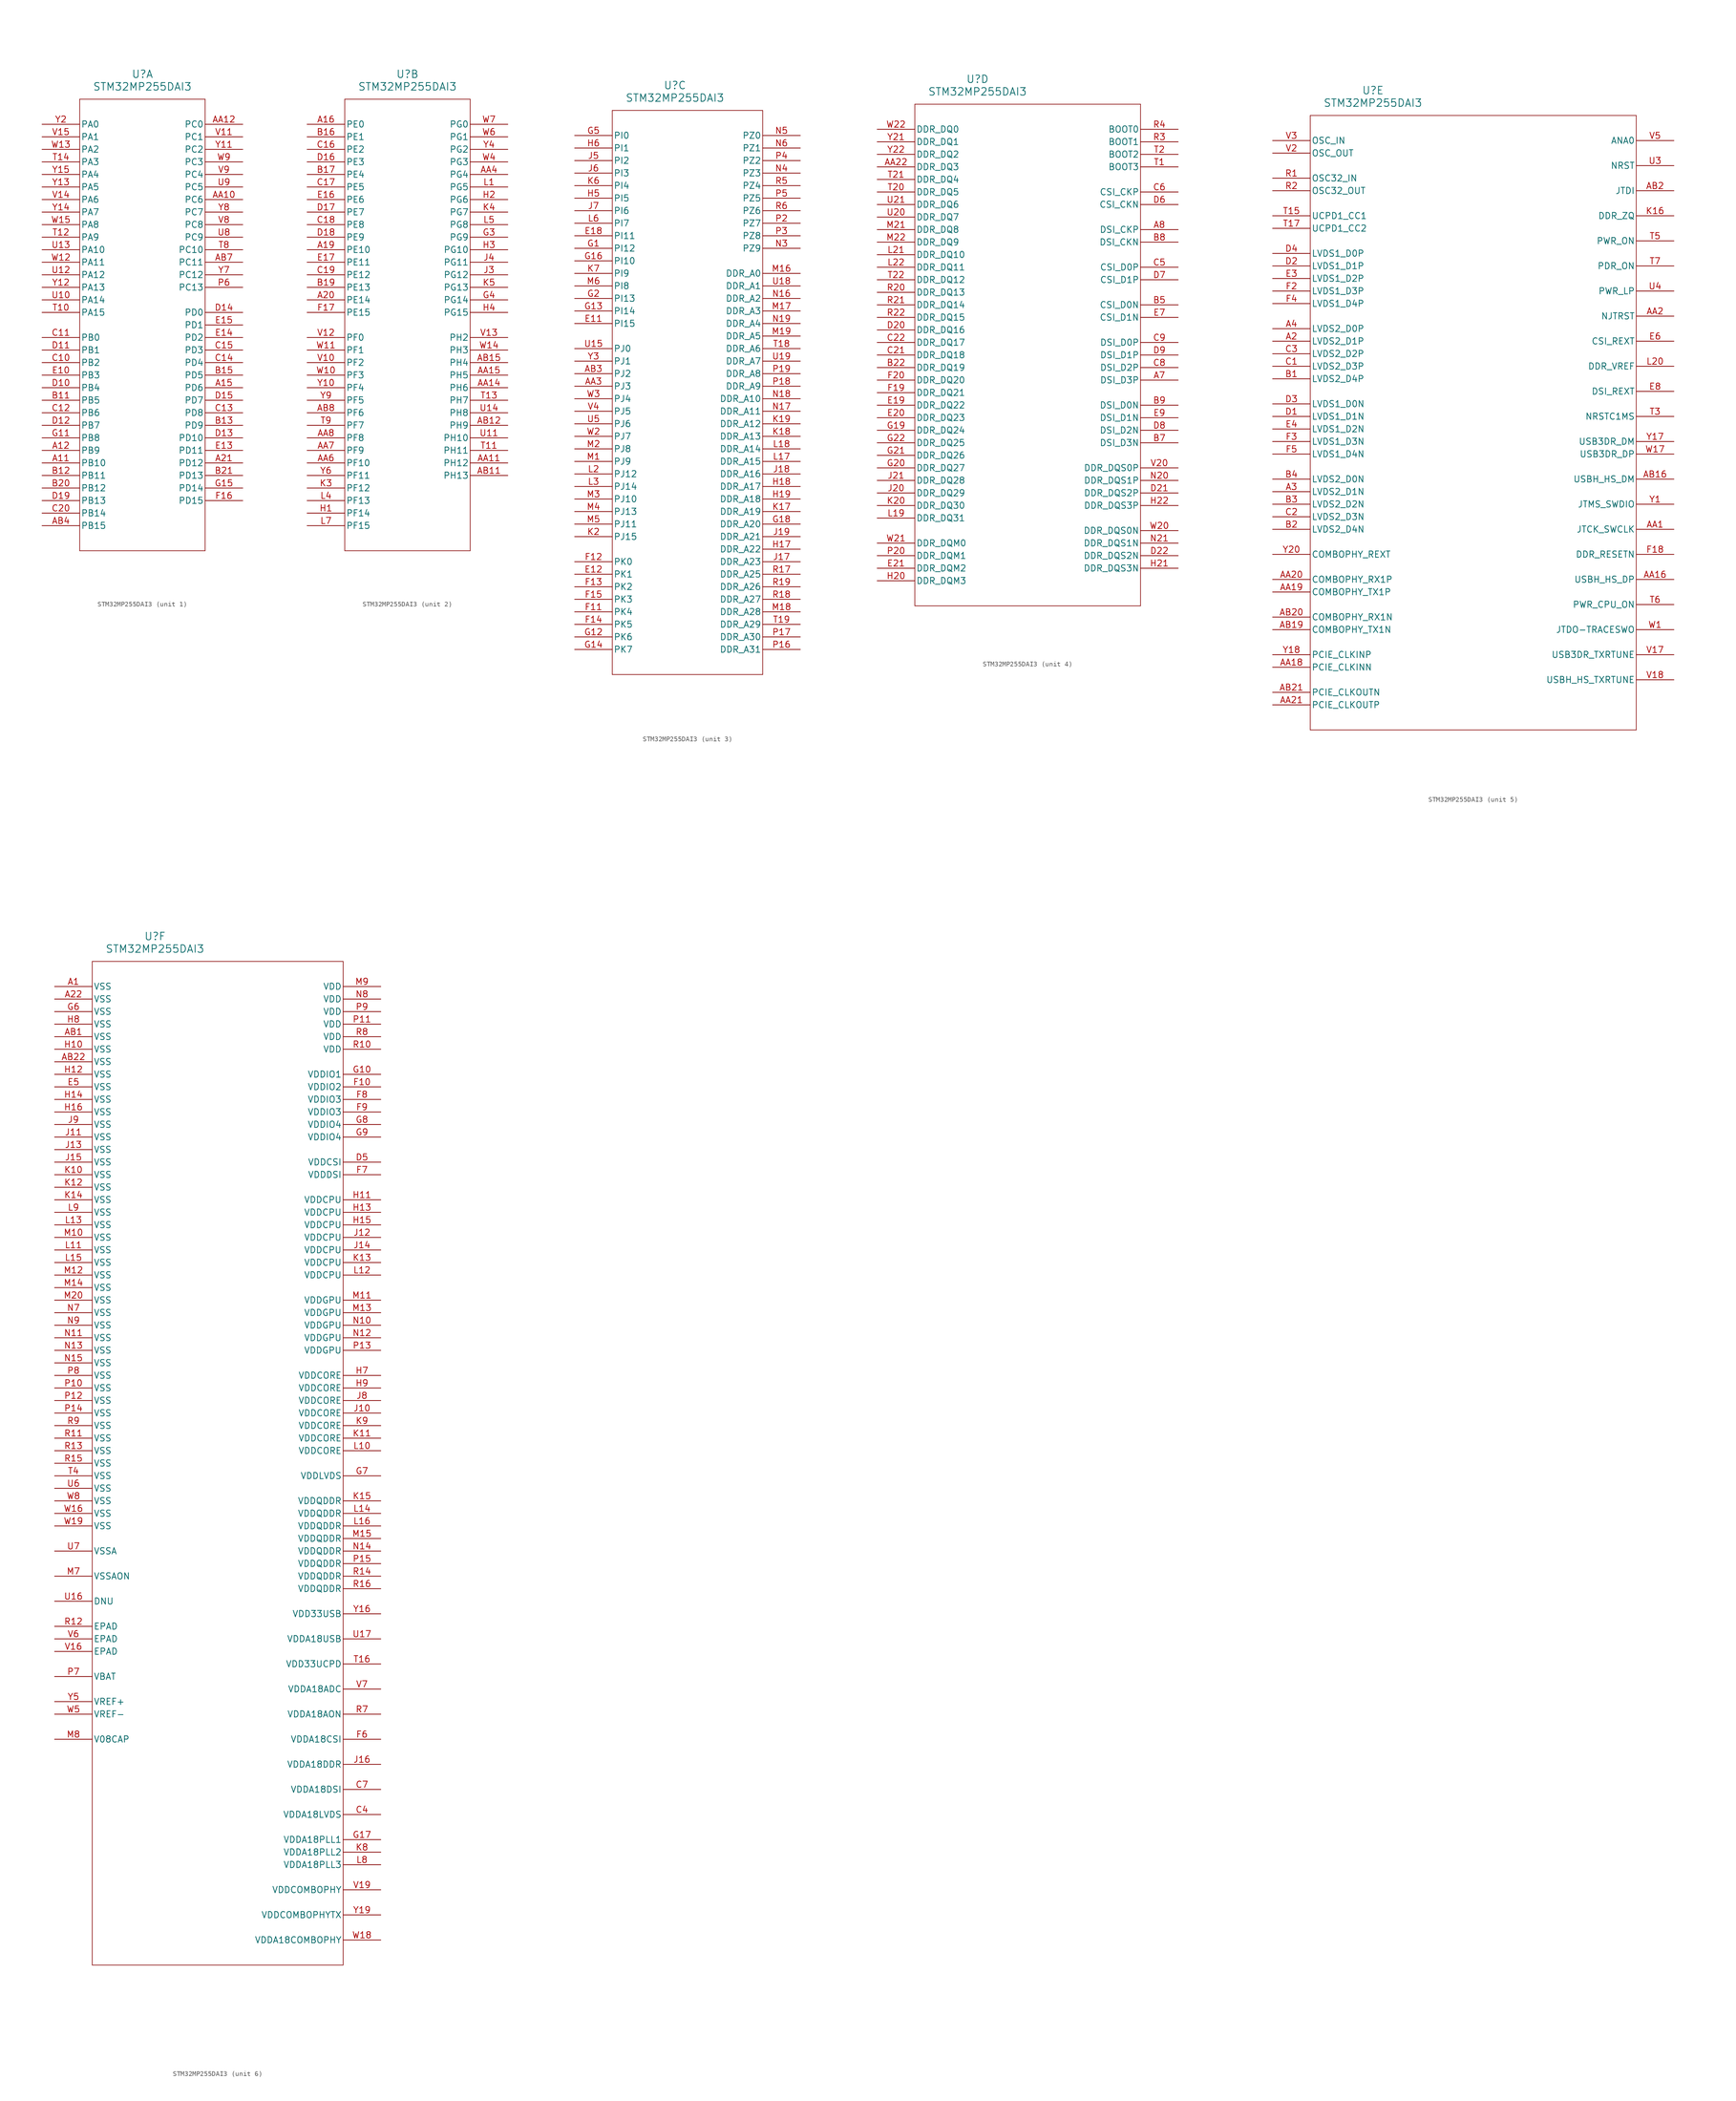
<source format=kicad_sym>
(kicad_symbol_lib
  (version 20211014)
  (generator kicad_symbol_editor)
  (symbol "STM32MP255DAI3"
    (pin_names
      (offset 0.254))
    (property "Reference" "U"
      (at 20.32 10.16 0)
      (effects (font (size 1.524 1.524))))
    (property "Value" "STM32MP255DAI3"
      (at 20.32 7.62 0)
      (effects (font (size 1.524 1.524))))
    (symbol "STM32MP255DAI3_1_1"
      (polyline (pts (xy 7.62 5.08) (xy 7.62 -86.36)) (stroke (width 0.127) (type default) (color 0 0 0 0)) (fill (type none)))
      (polyline (pts (xy 7.62 -86.36) (xy 33.02 -86.36)) (stroke (width 0.127) (type default) (color 0 0 0 0)) (fill (type none)))
      (polyline (pts (xy 33.02 -86.36) (xy 33.02 5.08)) (stroke (width 0.127) (type default) (color 0 0 0 0)) (fill (type none)))
      (polyline (pts (xy 33.02 5.08) (xy 7.62 5.08)) (stroke (width 0.127) (type default) (color 0 0 0 0)) (fill (type none)))
      (pin bidirectional line (at 0 -68.58 0) (length 7.62) (name "PB10" (effects (font (size 1.27 1.27)))) (number "A11" (effects (font (size 1.27 1.27)))))
      (pin bidirectional line (at 0 -66.04 0) (length 7.62) (name "PB9" (effects (font (size 1.27 1.27)))) (number "A12" (effects (font (size 1.27 1.27)))))
      (pin bidirectional line (at 40.64 -53.34 180) (length 7.62) (name "PD6" (effects (font (size 1.27 1.27)))) (number "A15" (effects (font (size 1.27 1.27)))))
      (pin bidirectional line (at 40.64 -68.58 180) (length 7.62) (name "PD12" (effects (font (size 1.27 1.27)))) (number "A21" (effects (font (size 1.27 1.27)))))
      (pin bidirectional line (at 40.64 -15.24 180) (length 7.62) (name "PC6" (effects (font (size 1.27 1.27)))) (number "AA10" (effects (font (size 1.27 1.27)))))
      (pin bidirectional line (at 40.64 0 180) (length 7.62) (name "PC0" (effects (font (size 1.27 1.27)))) (number "AA12" (effects (font (size 1.27 1.27)))))
      (pin bidirectional line (at 0 -81.28 0) (length 7.62) (name "PB15" (effects (font (size 1.27 1.27)))) (number "AB4" (effects (font (size 1.27 1.27)))))
      (pin bidirectional line (at 40.64 -27.94 180) (length 7.62) (name "PC11" (effects (font (size 1.27 1.27)))) (number "AB7" (effects (font (size 1.27 1.27)))))
      (pin bidirectional line (at 0 -55.88 0) (length 7.62) (name "PB5" (effects (font (size 1.27 1.27)))) (number "B11" (effects (font (size 1.27 1.27)))))
      (pin bidirectional line (at 0 -71.12 0) (length 7.62) (name "PB11" (effects (font (size 1.27 1.27)))) (number "B12" (effects (font (size 1.27 1.27)))))
      (pin bidirectional line (at 40.64 -60.96 180) (length 7.62) (name "PD9" (effects (font (size 1.27 1.27)))) (number "B13" (effects (font (size 1.27 1.27)))))
      (pin bidirectional line (at 40.64 -50.8 180) (length 7.62) (name "PD5" (effects (font (size 1.27 1.27)))) (number "B15" (effects (font (size 1.27 1.27)))))
      (pin bidirectional line (at 0 -73.66 0) (length 7.62) (name "PB12" (effects (font (size 1.27 1.27)))) (number "B20" (effects (font (size 1.27 1.27)))))
      (pin bidirectional line (at 40.64 -71.12 180) (length 7.62) (name "PD13" (effects (font (size 1.27 1.27)))) (number "B21" (effects (font (size 1.27 1.27)))))
      (pin bidirectional line (at 0 -48.26 0) (length 7.62) (name "PB2" (effects (font (size 1.27 1.27)))) (number "C10" (effects (font (size 1.27 1.27)))))
      (pin bidirectional line (at 0 -43.18 0) (length 7.62) (name "PB0" (effects (font (size 1.27 1.27)))) (number "C11" (effects (font (size 1.27 1.27)))))
      (pin bidirectional line (at 0 -58.42 0) (length 7.62) (name "PB6" (effects (font (size 1.27 1.27)))) (number "C12" (effects (font (size 1.27 1.27)))))
      (pin bidirectional line (at 40.64 -58.42 180) (length 7.62) (name "PD8" (effects (font (size 1.27 1.27)))) (number "C13" (effects (font (size 1.27 1.27)))))
      (pin bidirectional line (at 40.64 -48.26 180) (length 7.62) (name "PD4" (effects (font (size 1.27 1.27)))) (number "C14" (effects (font (size 1.27 1.27)))))
      (pin bidirectional line (at 40.64 -45.72 180) (length 7.62) (name "PD3" (effects (font (size 1.27 1.27)))) (number "C15" (effects (font (size 1.27 1.27)))))
      (pin bidirectional line (at 0 -78.74 0) (length 7.62) (name "PB14" (effects (font (size 1.27 1.27)))) (number "C20" (effects (font (size 1.27 1.27)))))
      (pin bidirectional line (at 0 -53.34 0) (length 7.62) (name "PB4" (effects (font (size 1.27 1.27)))) (number "D10" (effects (font (size 1.27 1.27)))))
      (pin bidirectional line (at 0 -45.72 0) (length 7.62) (name "PB1" (effects (font (size 1.27 1.27)))) (number "D11" (effects (font (size 1.27 1.27)))))
      (pin bidirectional line (at 0 -60.96 0) (length 7.62) (name "PB7" (effects (font (size 1.27 1.27)))) (number "D12" (effects (font (size 1.27 1.27)))))
      (pin bidirectional line (at 40.64 -63.5 180) (length 7.62) (name "PD10" (effects (font (size 1.27 1.27)))) (number "D13" (effects (font (size 1.27 1.27)))))
      (pin bidirectional line (at 40.64 -38.1 180) (length 7.62) (name "PD0" (effects (font (size 1.27 1.27)))) (number "D14" (effects (font (size 1.27 1.27)))))
      (pin bidirectional line (at 40.64 -55.88 180) (length 7.62) (name "PD7" (effects (font (size 1.27 1.27)))) (number "D15" (effects (font (size 1.27 1.27)))))
      (pin bidirectional line (at 0 -76.2 0) (length 7.62) (name "PB13" (effects (font (size 1.27 1.27)))) (number "D19" (effects (font (size 1.27 1.27)))))
      (pin bidirectional line (at 0 -50.8 0) (length 7.62) (name "PB3" (effects (font (size 1.27 1.27)))) (number "E10" (effects (font (size 1.27 1.27)))))
      (pin bidirectional line (at 40.64 -66.04 180) (length 7.62) (name "PD11" (effects (font (size 1.27 1.27)))) (number "E13" (effects (font (size 1.27 1.27)))))
      (pin bidirectional line (at 40.64 -43.18 180) (length 7.62) (name "PD2" (effects (font (size 1.27 1.27)))) (number "E14" (effects (font (size 1.27 1.27)))))
      (pin bidirectional line (at 40.64 -40.64 180) (length 7.62) (name "PD1" (effects (font (size 1.27 1.27)))) (number "E15" (effects (font (size 1.27 1.27)))))
      (pin bidirectional line (at 40.64 -76.2 180) (length 7.62) (name "PD15" (effects (font (size 1.27 1.27)))) (number "F16" (effects (font (size 1.27 1.27)))))
      (pin bidirectional line (at 0 -63.5 0) (length 7.62) (name "PB8" (effects (font (size 1.27 1.27)))) (number "G11" (effects (font (size 1.27 1.27)))))
      (pin bidirectional line (at 40.64 -73.66 180) (length 7.62) (name "PD14" (effects (font (size 1.27 1.27)))) (number "G15" (effects (font (size 1.27 1.27)))))
      (pin bidirectional line (at 40.64 -33.02 180) (length 7.62) (name "PC13" (effects (font (size 1.27 1.27)))) (number "P6" (effects (font (size 1.27 1.27)))))
      (pin bidirectional line (at 40.64 -25.4 180) (length 7.62) (name "PC10" (effects (font (size 1.27 1.27)))) (number "T8" (effects (font (size 1.27 1.27)))))
      (pin bidirectional line (at 0 -38.1 0) (length 7.62) (name "PA15" (effects (font (size 1.27 1.27)))) (number "T10" (effects (font (size 1.27 1.27)))))
      (pin bidirectional line (at 0 -22.86 0) (length 7.62) (name "PA9" (effects (font (size 1.27 1.27)))) (number "T12" (effects (font (size 1.27 1.27)))))
      (pin bidirectional line (at 0 -7.62 0) (length 7.62) (name "PA3" (effects (font (size 1.27 1.27)))) (number "T14" (effects (font (size 1.27 1.27)))))
      (pin bidirectional line (at 40.64 -22.86 180) (length 7.62) (name "PC9" (effects (font (size 1.27 1.27)))) (number "U8" (effects (font (size 1.27 1.27)))))
      (pin bidirectional line (at 40.64 -12.7 180) (length 7.62) (name "PC5" (effects (font (size 1.27 1.27)))) (number "U9" (effects (font (size 1.27 1.27)))))
      (pin bidirectional line (at 0 -35.56 0) (length 7.62) (name "PA14" (effects (font (size 1.27 1.27)))) (number "U10" (effects (font (size 1.27 1.27)))))
      (pin bidirectional line (at 0 -30.48 0) (length 7.62) (name "PA12" (effects (font (size 1.27 1.27)))) (number "U12" (effects (font (size 1.27 1.27)))))
      (pin bidirectional line (at 0 -25.4 0) (length 7.62) (name "PA10" (effects (font (size 1.27 1.27)))) (number "U13" (effects (font (size 1.27 1.27)))))
      (pin bidirectional line (at 40.64 -20.32 180) (length 7.62) (name "PC8" (effects (font (size 1.27 1.27)))) (number "V8" (effects (font (size 1.27 1.27)))))
      (pin bidirectional line (at 40.64 -10.16 180) (length 7.62) (name "PC4" (effects (font (size 1.27 1.27)))) (number "V9" (effects (font (size 1.27 1.27)))))
      (pin bidirectional line (at 40.64 -2.54 180) (length 7.62) (name "PC1" (effects (font (size 1.27 1.27)))) (number "V11" (effects (font (size 1.27 1.27)))))
      (pin bidirectional line (at 0 -15.24 0) (length 7.62) (name "PA6" (effects (font (size 1.27 1.27)))) (number "V14" (effects (font (size 1.27 1.27)))))
      (pin bidirectional line (at 0 -2.54 0) (length 7.62) (name "PA1" (effects (font (size 1.27 1.27)))) (number "V15" (effects (font (size 1.27 1.27)))))
      (pin bidirectional line (at 40.64 -7.62 180) (length 7.62) (name "PC3" (effects (font (size 1.27 1.27)))) (number "W9" (effects (font (size 1.27 1.27)))))
      (pin bidirectional line (at 0 -27.94 0) (length 7.62) (name "PA11" (effects (font (size 1.27 1.27)))) (number "W12" (effects (font (size 1.27 1.27)))))
      (pin bidirectional line (at 0 -5.08 0) (length 7.62) (name "PA2" (effects (font (size 1.27 1.27)))) (number "W13" (effects (font (size 1.27 1.27)))))
      (pin bidirectional line (at 0 -20.32 0) (length 7.62) (name "PA8" (effects (font (size 1.27 1.27)))) (number "W15" (effects (font (size 1.27 1.27)))))
      (pin bidirectional line (at 0 0 0) (length 7.62) (name "PA0" (effects (font (size 1.27 1.27)))) (number "Y2" (effects (font (size 1.27 1.27)))))
      (pin bidirectional line (at 40.64 -30.48 180) (length 7.62) (name "PC12" (effects (font (size 1.27 1.27)))) (number "Y7" (effects (font (size 1.27 1.27)))))
      (pin bidirectional line (at 40.64 -17.78 180) (length 7.62) (name "PC7" (effects (font (size 1.27 1.27)))) (number "Y8" (effects (font (size 1.27 1.27)))))
      (pin bidirectional line (at 40.64 -5.08 180) (length 7.62) (name "PC2" (effects (font (size 1.27 1.27)))) (number "Y11" (effects (font (size 1.27 1.27)))))
      (pin bidirectional line (at 0 -33.02 0) (length 7.62) (name "PA13" (effects (font (size 1.27 1.27)))) (number "Y12" (effects (font (size 1.27 1.27)))))
      (pin bidirectional line (at 0 -12.7 0) (length 7.62) (name "PA5" (effects (font (size 1.27 1.27)))) (number "Y13" (effects (font (size 1.27 1.27)))))
      (pin bidirectional line (at 0 -17.78 0) (length 7.62) (name "PA7" (effects (font (size 1.27 1.27)))) (number "Y14" (effects (font (size 1.27 1.27)))))
      (pin bidirectional line (at 0 -10.16 0) (length 7.62) (name "PA4" (effects (font (size 1.27 1.27)))) (number "Y15" (effects (font (size 1.27 1.27))))))
    (symbol "STM32MP255DAI3_2_1"
      (polyline (pts (xy 7.62 5.08) (xy 7.62 -86.36)) (stroke (width 0.127) (type default) (color 0 0 0 0)) (fill (type none)))
      (polyline (pts (xy 7.62 -86.36) (xy 33.02 -86.36)) (stroke (width 0.127) (type default) (color 0 0 0 0)) (fill (type none)))
      (polyline (pts (xy 33.02 -86.36) (xy 33.02 5.08)) (stroke (width 0.127) (type default) (color 0 0 0 0)) (fill (type none)))
      (polyline (pts (xy 33.02 5.08) (xy 7.62 5.08)) (stroke (width 0.127) (type default) (color 0 0 0 0)) (fill (type none)))
      (pin bidirectional line (at 0 0 0) (length 7.62) (name "PE0" (effects (font (size 1.27 1.27)))) (number "A16" (effects (font (size 1.27 1.27)))))
      (pin bidirectional line (at 0 -25.4 0) (length 7.62) (name "PE10" (effects (font (size 1.27 1.27)))) (number "A19" (effects (font (size 1.27 1.27)))))
      (pin bidirectional line (at 0 -35.56 0) (length 7.62) (name "PE14" (effects (font (size 1.27 1.27)))) (number "A20" (effects (font (size 1.27 1.27)))))
      (pin bidirectional line (at 40.64 -10.16 180) (length 7.62) (name "PG4" (effects (font (size 1.27 1.27)))) (number "AA4" (effects (font (size 1.27 1.27)))))
      (pin bidirectional line (at 0 -68.58 0) (length 7.62) (name "PF10" (effects (font (size 1.27 1.27)))) (number "AA6" (effects (font (size 1.27 1.27)))))
      (pin bidirectional line (at 0 -66.04 0) (length 7.62) (name "PF9" (effects (font (size 1.27 1.27)))) (number "AA7" (effects (font (size 1.27 1.27)))))
      (pin bidirectional line (at 0 -63.5 0) (length 7.62) (name "PF8" (effects (font (size 1.27 1.27)))) (number "AA8" (effects (font (size 1.27 1.27)))))
      (pin bidirectional line (at 40.64 -68.58 180) (length 7.62) (name "PH12" (effects (font (size 1.27 1.27)))) (number "AA11" (effects (font (size 1.27 1.27)))))
      (pin bidirectional line (at 40.64 -53.34 180) (length 7.62) (name "PH6" (effects (font (size 1.27 1.27)))) (number "AA14" (effects (font (size 1.27 1.27)))))
      (pin bidirectional line (at 40.64 -50.8 180) (length 7.62) (name "PH5" (effects (font (size 1.27 1.27)))) (number "AA15" (effects (font (size 1.27 1.27)))))
      (pin bidirectional line (at 0 -58.42 0) (length 7.62) (name "PF6" (effects (font (size 1.27 1.27)))) (number "AB8" (effects (font (size 1.27 1.27)))))
      (pin bidirectional line (at 40.64 -71.12 180) (length 7.62) (name "PH13" (effects (font (size 1.27 1.27)))) (number "AB11" (effects (font (size 1.27 1.27)))))
      (pin bidirectional line (at 40.64 -60.96 180) (length 7.62) (name "PH9" (effects (font (size 1.27 1.27)))) (number "AB12" (effects (font (size 1.27 1.27)))))
      (pin bidirectional line (at 40.64 -48.26 180) (length 7.62) (name "PH4" (effects (font (size 1.27 1.27)))) (number "AB15" (effects (font (size 1.27 1.27)))))
      (pin bidirectional line (at 0 -2.54 0) (length 7.62) (name "PE1" (effects (font (size 1.27 1.27)))) (number "B16" (effects (font (size 1.27 1.27)))))
      (pin bidirectional line (at 0 -10.16 0) (length 7.62) (name "PE4" (effects (font (size 1.27 1.27)))) (number "B17" (effects (font (size 1.27 1.27)))))
      (pin bidirectional line (at 0 -33.02 0) (length 7.62) (name "PE13" (effects (font (size 1.27 1.27)))) (number "B19" (effects (font (size 1.27 1.27)))))
      (pin bidirectional line (at 0 -5.08 0) (length 7.62) (name "PE2" (effects (font (size 1.27 1.27)))) (number "C16" (effects (font (size 1.27 1.27)))))
      (pin bidirectional line (at 0 -12.7 0) (length 7.62) (name "PE5" (effects (font (size 1.27 1.27)))) (number "C17" (effects (font (size 1.27 1.27)))))
      (pin bidirectional line (at 0 -20.32 0) (length 7.62) (name "PE8" (effects (font (size 1.27 1.27)))) (number "C18" (effects (font (size 1.27 1.27)))))
      (pin bidirectional line (at 0 -30.48 0) (length 7.62) (name "PE12" (effects (font (size 1.27 1.27)))) (number "C19" (effects (font (size 1.27 1.27)))))
      (pin bidirectional line (at 0 -7.62 0) (length 7.62) (name "PE3" (effects (font (size 1.27 1.27)))) (number "D16" (effects (font (size 1.27 1.27)))))
      (pin bidirectional line (at 0 -17.78 0) (length 7.62) (name "PE7" (effects (font (size 1.27 1.27)))) (number "D17" (effects (font (size 1.27 1.27)))))
      (pin bidirectional line (at 0 -22.86 0) (length 7.62) (name "PE9" (effects (font (size 1.27 1.27)))) (number "D18" (effects (font (size 1.27 1.27)))))
      (pin bidirectional line (at 0 -15.24 0) (length 7.62) (name "PE6" (effects (font (size 1.27 1.27)))) (number "E16" (effects (font (size 1.27 1.27)))))
      (pin bidirectional line (at 0 -27.94 0) (length 7.62) (name "PE11" (effects (font (size 1.27 1.27)))) (number "E17" (effects (font (size 1.27 1.27)))))
      (pin bidirectional line (at 0 -38.1 0) (length 7.62) (name "PE15" (effects (font (size 1.27 1.27)))) (number "F17" (effects (font (size 1.27 1.27)))))
      (pin bidirectional line (at 40.64 -22.86 180) (length 7.62) (name "PG9" (effects (font (size 1.27 1.27)))) (number "G3" (effects (font (size 1.27 1.27)))))
      (pin bidirectional line (at 40.64 -35.56 180) (length 7.62) (name "PG14" (effects (font (size 1.27 1.27)))) (number "G4" (effects (font (size 1.27 1.27)))))
      (pin bidirectional line (at 0 -78.74 0) (length 7.62) (name "PF14" (effects (font (size 1.27 1.27)))) (number "H1" (effects (font (size 1.27 1.27)))))
      (pin bidirectional line (at 40.64 -15.24 180) (length 7.62) (name "PG6" (effects (font (size 1.27 1.27)))) (number "H2" (effects (font (size 1.27 1.27)))))
      (pin bidirectional line (at 40.64 -25.4 180) (length 7.62) (name "PG10" (effects (font (size 1.27 1.27)))) (number "H3" (effects (font (size 1.27 1.27)))))
      (pin bidirectional line (at 40.64 -38.1 180) (length 7.62) (name "PG15" (effects (font (size 1.27 1.27)))) (number "H4" (effects (font (size 1.27 1.27)))))
      (pin bidirectional line (at 40.64 -30.48 180) (length 7.62) (name "PG12" (effects (font (size 1.27 1.27)))) (number "J3" (effects (font (size 1.27 1.27)))))
      (pin bidirectional line (at 40.64 -27.94 180) (length 7.62) (name "PG11" (effects (font (size 1.27 1.27)))) (number "J4" (effects (font (size 1.27 1.27)))))
      (pin bidirectional line (at 0 -73.66 0) (length 7.62) (name "PF12" (effects (font (size 1.27 1.27)))) (number "K3" (effects (font (size 1.27 1.27)))))
      (pin bidirectional line (at 40.64 -17.78 180) (length 7.62) (name "PG7" (effects (font (size 1.27 1.27)))) (number "K4" (effects (font (size 1.27 1.27)))))
      (pin bidirectional line (at 40.64 -33.02 180) (length 7.62) (name "PG13" (effects (font (size 1.27 1.27)))) (number "K5" (effects (font (size 1.27 1.27)))))
      (pin bidirectional line (at 40.64 -12.7 180) (length 7.62) (name "PG5" (effects (font (size 1.27 1.27)))) (number "L1" (effects (font (size 1.27 1.27)))))
      (pin bidirectional line (at 0 -76.2 0) (length 7.62) (name "PF13" (effects (font (size 1.27 1.27)))) (number "L4" (effects (font (size 1.27 1.27)))))
      (pin bidirectional line (at 40.64 -20.32 180) (length 7.62) (name "PG8" (effects (font (size 1.27 1.27)))) (number "L5" (effects (font (size 1.27 1.27)))))
      (pin bidirectional line (at 0 -81.28 0) (length 7.62) (name "PF15" (effects (font (size 1.27 1.27)))) (number "L7" (effects (font (size 1.27 1.27)))))
      (pin bidirectional line (at 0 -60.96 0) (length 7.62) (name "PF7" (effects (font (size 1.27 1.27)))) (number "T9" (effects (font (size 1.27 1.27)))))
      (pin bidirectional line (at 40.64 -66.04 180) (length 7.62) (name "PH11" (effects (font (size 1.27 1.27)))) (number "T11" (effects (font (size 1.27 1.27)))))
      (pin bidirectional line (at 40.64 -55.88 180) (length 7.62) (name "PH7" (effects (font (size 1.27 1.27)))) (number "T13" (effects (font (size 1.27 1.27)))))
      (pin bidirectional line (at 40.64 -63.5 180) (length 7.62) (name "PH10" (effects (font (size 1.27 1.27)))) (number "U11" (effects (font (size 1.27 1.27)))))
      (pin bidirectional line (at 40.64 -58.42 180) (length 7.62) (name "PH8" (effects (font (size 1.27 1.27)))) (number "U14" (effects (font (size 1.27 1.27)))))
      (pin bidirectional line (at 0 -48.26 0) (length 7.62) (name "PF2" (effects (font (size 1.27 1.27)))) (number "V10" (effects (font (size 1.27 1.27)))))
      (pin bidirectional line (at 0 -43.18 0) (length 7.62) (name "PF0" (effects (font (size 1.27 1.27)))) (number "V12" (effects (font (size 1.27 1.27)))))
      (pin bidirectional line (at 40.64 -43.18 180) (length 7.62) (name "PH2" (effects (font (size 1.27 1.27)))) (number "V13" (effects (font (size 1.27 1.27)))))
      (pin bidirectional line (at 40.64 -7.62 180) (length 7.62) (name "PG3" (effects (font (size 1.27 1.27)))) (number "W4" (effects (font (size 1.27 1.27)))))
      (pin bidirectional line (at 40.64 -2.54 180) (length 7.62) (name "PG1" (effects (font (size 1.27 1.27)))) (number "W6" (effects (font (size 1.27 1.27)))))
      (pin bidirectional line (at 40.64 0 180) (length 7.62) (name "PG0" (effects (font (size 1.27 1.27)))) (number "W7" (effects (font (size 1.27 1.27)))))
      (pin bidirectional line (at 0 -50.8 0) (length 7.62) (name "PF3" (effects (font (size 1.27 1.27)))) (number "W10" (effects (font (size 1.27 1.27)))))
      (pin bidirectional line (at 0 -45.72 0) (length 7.62) (name "PF1" (effects (font (size 1.27 1.27)))) (number "W11" (effects (font (size 1.27 1.27)))))
      (pin bidirectional line (at 40.64 -45.72 180) (length 7.62) (name "PH3" (effects (font (size 1.27 1.27)))) (number "W14" (effects (font (size 1.27 1.27)))))
      (pin bidirectional line (at 40.64 -5.08 180) (length 7.62) (name "PG2" (effects (font (size 1.27 1.27)))) (number "Y4" (effects (font (size 1.27 1.27)))))
      (pin bidirectional line (at 0 -71.12 0) (length 7.62) (name "PF11" (effects (font (size 1.27 1.27)))) (number "Y6" (effects (font (size 1.27 1.27)))))
      (pin bidirectional line (at 0 -55.88 0) (length 7.62) (name "PF5" (effects (font (size 1.27 1.27)))) (number "Y9" (effects (font (size 1.27 1.27)))))
      (pin bidirectional line (at 0 -53.34 0) (length 7.62) (name "PF4" (effects (font (size 1.27 1.27)))) (number "Y10" (effects (font (size 1.27 1.27))))))
    (symbol "STM32MP255DAI3_3_1"
      (polyline (pts (xy 7.62 5.08) (xy 7.62 -109.22)) (stroke (width 0.127) (type default) (color 0 0 0 0)) (fill (type none)))
      (polyline (pts (xy 7.62 -109.22) (xy 38.1 -109.22)) (stroke (width 0.127) (type default) (color 0 0 0 0)) (fill (type none)))
      (polyline (pts (xy 38.1 -109.22) (xy 38.1 5.08)) (stroke (width 0.127) (type default) (color 0 0 0 0)) (fill (type none)))
      (polyline (pts (xy 38.1 5.08) (xy 7.62 5.08)) (stroke (width 0.127) (type default) (color 0 0 0 0)) (fill (type none)))
      (pin bidirectional line (at 0 -50.8 0) (length 7.62) (name "PJ3" (effects (font (size 1.27 1.27)))) (number "AA3" (effects (font (size 1.27 1.27)))))
      (pin bidirectional line (at 0 -48.26 0) (length 7.62) (name "PJ2" (effects (font (size 1.27 1.27)))) (number "AB3" (effects (font (size 1.27 1.27)))))
      (pin bidirectional line (at 0 -38.1 0) (length 7.62) (name "PI15" (effects (font (size 1.27 1.27)))) (number "E11" (effects (font (size 1.27 1.27)))))
      (pin bidirectional line (at 0 -88.9 0) (length 7.62) (name "PK1" (effects (font (size 1.27 1.27)))) (number "E12" (effects (font (size 1.27 1.27)))))
      (pin bidirectional line (at 0 -20.32 0) (length 7.62) (name "PI11" (effects (font (size 1.27 1.27)))) (number "E18" (effects (font (size 1.27 1.27)))))
      (pin bidirectional line (at 0 -96.52 0) (length 7.62) (name "PK4" (effects (font (size 1.27 1.27)))) (number "F11" (effects (font (size 1.27 1.27)))))
      (pin bidirectional line (at 0 -86.36 0) (length 7.62) (name "PK0" (effects (font (size 1.27 1.27)))) (number "F12" (effects (font (size 1.27 1.27)))))
      (pin bidirectional line (at 0 -91.44 0) (length 7.62) (name "PK2" (effects (font (size 1.27 1.27)))) (number "F13" (effects (font (size 1.27 1.27)))))
      (pin bidirectional line (at 0 -99.06 0) (length 7.62) (name "PK5" (effects (font (size 1.27 1.27)))) (number "F14" (effects (font (size 1.27 1.27)))))
      (pin bidirectional line (at 0 -93.98 0) (length 7.62) (name "PK3" (effects (font (size 1.27 1.27)))) (number "F15" (effects (font (size 1.27 1.27)))))
      (pin bidirectional line (at 0 -22.86 0) (length 7.62) (name "PI12" (effects (font (size 1.27 1.27)))) (number "G1" (effects (font (size 1.27 1.27)))))
      (pin bidirectional line (at 0 -33.02 0) (length 7.62) (name "PI13" (effects (font (size 1.27 1.27)))) (number "G2" (effects (font (size 1.27 1.27)))))
      (pin bidirectional line (at 0 0 0) (length 7.62) (name "PI0" (effects (font (size 1.27 1.27)))) (number "G5" (effects (font (size 1.27 1.27)))))
      (pin bidirectional line (at 0 -101.6 0) (length 7.62) (name "PK6" (effects (font (size 1.27 1.27)))) (number "G12" (effects (font (size 1.27 1.27)))))
      (pin bidirectional line (at 0 -35.56 0) (length 7.62) (name "PI14" (effects (font (size 1.27 1.27)))) (number "G13" (effects (font (size 1.27 1.27)))))
      (pin bidirectional line (at 0 -104.14 0) (length 7.62) (name "PK7" (effects (font (size 1.27 1.27)))) (number "G14" (effects (font (size 1.27 1.27)))))
      (pin bidirectional line (at 0 -25.4 0) (length 7.62) (name "PI10" (effects (font (size 1.27 1.27)))) (number "G16" (effects (font (size 1.27 1.27)))))
      (pin output line (at 45.72 -78.74 180) (length 7.62) (name "DDR_A20" (effects (font (size 1.27 1.27)))) (number "G18" (effects (font (size 1.27 1.27)))))
      (pin bidirectional line (at 0 -12.7 0) (length 7.62) (name "PI5" (effects (font (size 1.27 1.27)))) (number "H5" (effects (font (size 1.27 1.27)))))
      (pin bidirectional line (at 0 -2.54 0) (length 7.62) (name "PI1" (effects (font (size 1.27 1.27)))) (number "H6" (effects (font (size 1.27 1.27)))))
      (pin output line (at 45.72 -83.82 180) (length 7.62) (name "DDR_A22" (effects (font (size 1.27 1.27)))) (number "H17" (effects (font (size 1.27 1.27)))))
      (pin output line (at 45.72 -71.12 180) (length 7.62) (name "DDR_A17" (effects (font (size 1.27 1.27)))) (number "H18" (effects (font (size 1.27 1.27)))))
      (pin output line (at 45.72 -73.66 180) (length 7.62) (name "DDR_A18" (effects (font (size 1.27 1.27)))) (number "H19" (effects (font (size 1.27 1.27)))))
      (pin bidirectional line (at 0 -5.08 0) (length 7.62) (name "PI2" (effects (font (size 1.27 1.27)))) (number "J5" (effects (font (size 1.27 1.27)))))
      (pin bidirectional line (at 0 -7.62 0) (length 7.62) (name "PI3" (effects (font (size 1.27 1.27)))) (number "J6" (effects (font (size 1.27 1.27)))))
      (pin bidirectional line (at 0 -15.24 0) (length 7.62) (name "PI6" (effects (font (size 1.27 1.27)))) (number "J7" (effects (font (size 1.27 1.27)))))
      (pin output line (at 45.72 -86.36 180) (length 7.62) (name "DDR_A23" (effects (font (size 1.27 1.27)))) (number "J17" (effects (font (size 1.27 1.27)))))
      (pin output line (at 45.72 -68.58 180) (length 7.62) (name "DDR_A16" (effects (font (size 1.27 1.27)))) (number "J18" (effects (font (size 1.27 1.27)))))
      (pin output line (at 45.72 -81.28 180) (length 7.62) (name "DDR_A21" (effects (font (size 1.27 1.27)))) (number "J19" (effects (font (size 1.27 1.27)))))
      (pin bidirectional line (at 0 -81.28 0) (length 7.62) (name "PJ15" (effects (font (size 1.27 1.27)))) (number "K2" (effects (font (size 1.27 1.27)))))
      (pin bidirectional line (at 0 -10.16 0) (length 7.62) (name "PI4" (effects (font (size 1.27 1.27)))) (number "K6" (effects (font (size 1.27 1.27)))))
      (pin bidirectional line (at 0 -27.94 0) (length 7.62) (name "PI9" (effects (font (size 1.27 1.27)))) (number "K7" (effects (font (size 1.27 1.27)))))
      (pin output line (at 45.72 -76.2 180) (length 7.62) (name "DDR_A19" (effects (font (size 1.27 1.27)))) (number "K17" (effects (font (size 1.27 1.27)))))
      (pin output line (at 45.72 -60.96 180) (length 7.62) (name "DDR_A13" (effects (font (size 1.27 1.27)))) (number "K18" (effects (font (size 1.27 1.27)))))
      (pin output line (at 45.72 -58.42 180) (length 7.62) (name "DDR_A12" (effects (font (size 1.27 1.27)))) (number "K19" (effects (font (size 1.27 1.27)))))
      (pin bidirectional line (at 0 -68.58 0) (length 7.62) (name "PJ12" (effects (font (size 1.27 1.27)))) (number "L2" (effects (font (size 1.27 1.27)))))
      (pin bidirectional line (at 0 -71.12 0) (length 7.62) (name "PJ14" (effects (font (size 1.27 1.27)))) (number "L3" (effects (font (size 1.27 1.27)))))
      (pin bidirectional line (at 0 -17.78 0) (length 7.62) (name "PI7" (effects (font (size 1.27 1.27)))) (number "L6" (effects (font (size 1.27 1.27)))))
      (pin output line (at 45.72 -66.04 180) (length 7.62) (name "DDR_A15" (effects (font (size 1.27 1.27)))) (number "L17" (effects (font (size 1.27 1.27)))))
      (pin output line (at 45.72 -63.5 180) (length 7.62) (name "DDR_A14" (effects (font (size 1.27 1.27)))) (number "L18" (effects (font (size 1.27 1.27)))))
      (pin bidirectional line (at 0 -66.04 0) (length 7.62) (name "PJ9" (effects (font (size 1.27 1.27)))) (number "M1" (effects (font (size 1.27 1.27)))))
      (pin bidirectional line (at 0 -63.5 0) (length 7.62) (name "PJ8" (effects (font (size 1.27 1.27)))) (number "M2" (effects (font (size 1.27 1.27)))))
      (pin bidirectional line (at 0 -73.66 0) (length 7.62) (name "PJ10" (effects (font (size 1.27 1.27)))) (number "M3" (effects (font (size 1.27 1.27)))))
      (pin bidirectional line (at 0 -76.2 0) (length 7.62) (name "PJ13" (effects (font (size 1.27 1.27)))) (number "M4" (effects (font (size 1.27 1.27)))))
      (pin bidirectional line (at 0 -78.74 0) (length 7.62) (name "PJ11" (effects (font (size 1.27 1.27)))) (number "M5" (effects (font (size 1.27 1.27)))))
      (pin bidirectional line (at 0 -30.48 0) (length 7.62) (name "PI8" (effects (font (size 1.27 1.27)))) (number "M6" (effects (font (size 1.27 1.27)))))
      (pin output line (at 45.72 -27.94 180) (length 7.62) (name "DDR_A0" (effects (font (size 1.27 1.27)))) (number "M16" (effects (font (size 1.27 1.27)))))
      (pin output line (at 45.72 -35.56 180) (length 7.62) (name "DDR_A3" (effects (font (size 1.27 1.27)))) (number "M17" (effects (font (size 1.27 1.27)))))
      (pin output line (at 45.72 -96.52 180) (length 7.62) (name "DDR_A28" (effects (font (size 1.27 1.27)))) (number "M18" (effects (font (size 1.27 1.27)))))
      (pin output line (at 45.72 -40.64 180) (length 7.62) (name "DDR_A5" (effects (font (size 1.27 1.27)))) (number "M19" (effects (font (size 1.27 1.27)))))
      (pin bidirectional line (at 45.72 -22.86 180) (length 7.62) (name "PZ9" (effects (font (size 1.27 1.27)))) (number "N3" (effects (font (size 1.27 1.27)))))
      (pin bidirectional line (at 45.72 -7.62 180) (length 7.62) (name "PZ3" (effects (font (size 1.27 1.27)))) (number "N4" (effects (font (size 1.27 1.27)))))
      (pin bidirectional line (at 45.72 0 180) (length 7.62) (name "PZ0" (effects (font (size 1.27 1.27)))) (number "N5" (effects (font (size 1.27 1.27)))))
      (pin bidirectional line (at 45.72 -2.54 180) (length 7.62) (name "PZ1" (effects (font (size 1.27 1.27)))) (number "N6" (effects (font (size 1.27 1.27)))))
      (pin output line (at 45.72 -33.02 180) (length 7.62) (name "DDR_A2" (effects (font (size 1.27 1.27)))) (number "N16" (effects (font (size 1.27 1.27)))))
      (pin output line (at 45.72 -55.88 180) (length 7.62) (name "DDR_A11" (effects (font (size 1.27 1.27)))) (number "N17" (effects (font (size 1.27 1.27)))))
      (pin output line (at 45.72 -53.34 180) (length 7.62) (name "DDR_A10" (effects (font (size 1.27 1.27)))) (number "N18" (effects (font (size 1.27 1.27)))))
      (pin output line (at 45.72 -38.1 180) (length 7.62) (name "DDR_A4" (effects (font (size 1.27 1.27)))) (number "N19" (effects (font (size 1.27 1.27)))))
      (pin bidirectional line (at 45.72 -17.78 180) (length 7.62) (name "PZ7" (effects (font (size 1.27 1.27)))) (number "P2" (effects (font (size 1.27 1.27)))))
      (pin bidirectional line (at 45.72 -20.32 180) (length 7.62) (name "PZ8" (effects (font (size 1.27 1.27)))) (number "P3" (effects (font (size 1.27 1.27)))))
      (pin bidirectional line (at 45.72 -5.08 180) (length 7.62) (name "PZ2" (effects (font (size 1.27 1.27)))) (number "P4" (effects (font (size 1.27 1.27)))))
      (pin bidirectional line (at 45.72 -12.7 180) (length 7.62) (name "PZ5" (effects (font (size 1.27 1.27)))) (number "P5" (effects (font (size 1.27 1.27)))))
      (pin output line (at 45.72 -104.14 180) (length 7.62) (name "DDR_A31" (effects (font (size 1.27 1.27)))) (number "P16" (effects (font (size 1.27 1.27)))))
      (pin output line (at 45.72 -101.6 180) (length 7.62) (name "DDR_A30" (effects (font (size 1.27 1.27)))) (number "P17" (effects (font (size 1.27 1.27)))))
      (pin output line (at 45.72 -50.8 180) (length 7.62) (name "DDR_A9" (effects (font (size 1.27 1.27)))) (number "P18" (effects (font (size 1.27 1.27)))))
      (pin output line (at 45.72 -48.26 180) (length 7.62) (name "DDR_A8" (effects (font (size 1.27 1.27)))) (number "P19" (effects (font (size 1.27 1.27)))))
      (pin bidirectional line (at 45.72 -10.16 180) (length 7.62) (name "PZ4" (effects (font (size 1.27 1.27)))) (number "R5" (effects (font (size 1.27 1.27)))))
      (pin bidirectional line (at 45.72 -15.24 180) (length 7.62) (name "PZ6" (effects (font (size 1.27 1.27)))) (number "R6" (effects (font (size 1.27 1.27)))))
      (pin output line (at 45.72 -88.9 180) (length 7.62) (name "DDR_A25" (effects (font (size 1.27 1.27)))) (number "R17" (effects (font (size 1.27 1.27)))))
      (pin output line (at 45.72 -93.98 180) (length 7.62) (name "DDR_A27" (effects (font (size 1.27 1.27)))) (number "R18" (effects (font (size 1.27 1.27)))))
      (pin output line (at 45.72 -91.44 180) (length 7.62) (name "DDR_A26" (effects (font (size 1.27 1.27)))) (number "R19" (effects (font (size 1.27 1.27)))))
      (pin output line (at 45.72 -43.18 180) (length 7.62) (name "DDR_A6" (effects (font (size 1.27 1.27)))) (number "T18" (effects (font (size 1.27 1.27)))))
      (pin output line (at 45.72 -99.06 180) (length 7.62) (name "DDR_A29" (effects (font (size 1.27 1.27)))) (number "T19" (effects (font (size 1.27 1.27)))))
      (pin bidirectional line (at 0 -58.42 0) (length 7.62) (name "PJ6" (effects (font (size 1.27 1.27)))) (number "U5" (effects (font (size 1.27 1.27)))))
      (pin bidirectional line (at 0 -43.18 0) (length 7.62) (name "PJ0" (effects (font (size 1.27 1.27)))) (number "U15" (effects (font (size 1.27 1.27)))))
      (pin output line (at 45.72 -30.48 180) (length 7.62) (name "DDR_A1" (effects (font (size 1.27 1.27)))) (number "U18" (effects (font (size 1.27 1.27)))))
      (pin output line (at 45.72 -45.72 180) (length 7.62) (name "DDR_A7" (effects (font (size 1.27 1.27)))) (number "U19" (effects (font (size 1.27 1.27)))))
      (pin bidirectional line (at 0 -55.88 0) (length 7.62) (name "PJ5" (effects (font (size 1.27 1.27)))) (number "V4" (effects (font (size 1.27 1.27)))))
      (pin bidirectional line (at 0 -60.96 0) (length 7.62) (name "PJ7" (effects (font (size 1.27 1.27)))) (number "W2" (effects (font (size 1.27 1.27)))))
      (pin bidirectional line (at 0 -53.34 0) (length 7.62) (name "PJ4" (effects (font (size 1.27 1.27)))) (number "W3" (effects (font (size 1.27 1.27)))))
      (pin bidirectional line (at 0 -45.72 0) (length 7.62) (name "PJ1" (effects (font (size 1.27 1.27)))) (number "Y3" (effects (font (size 1.27 1.27))))))
    (symbol "STM32MP255DAI3_4_1"
      (polyline (pts (xy 7.62 5.08) (xy 7.62 -96.52)) (stroke (width 0.127) (type default) (color 0 0 0 0)) (fill (type none)))
      (polyline (pts (xy 7.62 -96.52) (xy 53.34 -96.52)) (stroke (width 0.127) (type default) (color 0 0 0 0)) (fill (type none)))
      (polyline (pts (xy 53.34 -96.52) (xy 53.34 5.08)) (stroke (width 0.127) (type default) (color 0 0 0 0)) (fill (type none)))
      (polyline (pts (xy 53.34 5.08) (xy 7.62 5.08)) (stroke (width 0.127) (type default) (color 0 0 0 0)) (fill (type none)))
      (pin unspecified line (at 60.96 -50.8 180) (length 7.62) (name "DSI_D3P" (effects (font (size 1.27 1.27)))) (number "A7" (effects (font (size 1.27 1.27)))))
      (pin unspecified line (at 60.96 -20.32 180) (length 7.62) (name "DSI_CKP" (effects (font (size 1.27 1.27)))) (number "A8" (effects (font (size 1.27 1.27)))))
      (pin bidirectional line (at 0 -7.62 0) (length 7.62) (name "DDR_DQ3" (effects (font (size 1.27 1.27)))) (number "AA22" (effects (font (size 1.27 1.27)))))
      (pin unspecified line (at 60.96 -35.56 180) (length 7.62) (name "CSI_D0N" (effects (font (size 1.27 1.27)))) (number "B5" (effects (font (size 1.27 1.27)))))
      (pin unspecified line (at 60.96 -63.5 180) (length 7.62) (name "DSI_D3N" (effects (font (size 1.27 1.27)))) (number "B7" (effects (font (size 1.27 1.27)))))
      (pin unspecified line (at 60.96 -22.86 180) (length 7.62) (name "DSI_CKN" (effects (font (size 1.27 1.27)))) (number "B8" (effects (font (size 1.27 1.27)))))
      (pin unspecified line (at 60.96 -55.88 180) (length 7.62) (name "DSI_D0N" (effects (font (size 1.27 1.27)))) (number "B9" (effects (font (size 1.27 1.27)))))
      (pin bidirectional line (at 0 -48.26 0) (length 7.62) (name "DDR_DQ19" (effects (font (size 1.27 1.27)))) (number "B22" (effects (font (size 1.27 1.27)))))
      (pin unspecified line (at 60.96 -27.94 180) (length 7.62) (name "CSI_D0P" (effects (font (size 1.27 1.27)))) (number "C5" (effects (font (size 1.27 1.27)))))
      (pin unspecified line (at 60.96 -12.7 180) (length 7.62) (name "CSI_CKP" (effects (font (size 1.27 1.27)))) (number "C6" (effects (font (size 1.27 1.27)))))
      (pin unspecified line (at 60.96 -48.26 180) (length 7.62) (name "DSI_D2P" (effects (font (size 1.27 1.27)))) (number "C8" (effects (font (size 1.27 1.27)))))
      (pin unspecified line (at 60.96 -43.18 180) (length 7.62) (name "DSI_D0P" (effects (font (size 1.27 1.27)))) (number "C9" (effects (font (size 1.27 1.27)))))
      (pin bidirectional line (at 0 -45.72 0) (length 7.62) (name "DDR_DQ18" (effects (font (size 1.27 1.27)))) (number "C21" (effects (font (size 1.27 1.27)))))
      (pin bidirectional line (at 0 -43.18 0) (length 7.62) (name "DDR_DQ17" (effects (font (size 1.27 1.27)))) (number "C22" (effects (font (size 1.27 1.27)))))
      (pin unspecified line (at 60.96 -15.24 180) (length 7.62) (name "CSI_CKN" (effects (font (size 1.27 1.27)))) (number "D6" (effects (font (size 1.27 1.27)))))
      (pin unspecified line (at 60.96 -30.48 180) (length 7.62) (name "CSI_D1P" (effects (font (size 1.27 1.27)))) (number "D7" (effects (font (size 1.27 1.27)))))
      (pin unspecified line (at 60.96 -60.96 180) (length 7.62) (name "DSI_D2N" (effects (font (size 1.27 1.27)))) (number "D8" (effects (font (size 1.27 1.27)))))
      (pin unspecified line (at 60.96 -45.72 180) (length 7.62) (name "DSI_D1P" (effects (font (size 1.27 1.27)))) (number "D9" (effects (font (size 1.27 1.27)))))
      (pin bidirectional line (at 0 -40.64 0) (length 7.62) (name "DDR_DQ16" (effects (font (size 1.27 1.27)))) (number "D20" (effects (font (size 1.27 1.27)))))
      (pin bidirectional line (at 60.96 -73.66 180) (length 7.62) (name "DDR_DQS2P" (effects (font (size 1.27 1.27)))) (number "D21" (effects (font (size 1.27 1.27)))))
      (pin bidirectional line (at 60.96 -86.36 180) (length 7.62) (name "DDR_DQS2N" (effects (font (size 1.27 1.27)))) (number "D22" (effects (font (size 1.27 1.27)))))
      (pin unspecified line (at 60.96 -38.1 180) (length 7.62) (name "CSI_D1N" (effects (font (size 1.27 1.27)))) (number "E7" (effects (font (size 1.27 1.27)))))
      (pin unspecified line (at 60.96 -58.42 180) (length 7.62) (name "DSI_D1N" (effects (font (size 1.27 1.27)))) (number "E9" (effects (font (size 1.27 1.27)))))
      (pin bidirectional line (at 0 -55.88 0) (length 7.62) (name "DDR_DQ22" (effects (font (size 1.27 1.27)))) (number "E19" (effects (font (size 1.27 1.27)))))
      (pin bidirectional line (at 0 -58.42 0) (length 7.62) (name "DDR_DQ23" (effects (font (size 1.27 1.27)))) (number "E20" (effects (font (size 1.27 1.27)))))
      (pin output line (at 0 -88.9 0) (length 7.62) (name "DDR_DQM2" (effects (font (size 1.27 1.27)))) (number "E21" (effects (font (size 1.27 1.27)))))
      (pin bidirectional line (at 0 -53.34 0) (length 7.62) (name "DDR_DQ21" (effects (font (size 1.27 1.27)))) (number "F19" (effects (font (size 1.27 1.27)))))
      (pin bidirectional line (at 0 -50.8 0) (length 7.62) (name "DDR_DQ20" (effects (font (size 1.27 1.27)))) (number "F20" (effects (font (size 1.27 1.27)))))
      (pin bidirectional line (at 0 -60.96 0) (length 7.62) (name "DDR_DQ24" (effects (font (size 1.27 1.27)))) (number "G19" (effects (font (size 1.27 1.27)))))
      (pin bidirectional line (at 0 -68.58 0) (length 7.62) (name "DDR_DQ27" (effects (font (size 1.27 1.27)))) (number "G20" (effects (font (size 1.27 1.27)))))
      (pin bidirectional line (at 0 -66.04 0) (length 7.62) (name "DDR_DQ26" (effects (font (size 1.27 1.27)))) (number "G21" (effects (font (size 1.27 1.27)))))
      (pin bidirectional line (at 0 -63.5 0) (length 7.62) (name "DDR_DQ25" (effects (font (size 1.27 1.27)))) (number "G22" (effects (font (size 1.27 1.27)))))
      (pin output line (at 0 -91.44 0) (length 7.62) (name "DDR_DQM3" (effects (font (size 1.27 1.27)))) (number "H20" (effects (font (size 1.27 1.27)))))
      (pin bidirectional line (at 60.96 -88.9 180) (length 7.62) (name "DDR_DQS3N" (effects (font (size 1.27 1.27)))) (number "H21" (effects (font (size 1.27 1.27)))))
      (pin bidirectional line (at 60.96 -76.2 180) (length 7.62) (name "DDR_DQS3P" (effects (font (size 1.27 1.27)))) (number "H22" (effects (font (size 1.27 1.27)))))
      (pin bidirectional line (at 0 -73.66 0) (length 7.62) (name "DDR_DQ29" (effects (font (size 1.27 1.27)))) (number "J20" (effects (font (size 1.27 1.27)))))
      (pin bidirectional line (at 0 -71.12 0) (length 7.62) (name "DDR_DQ28" (effects (font (size 1.27 1.27)))) (number "J21" (effects (font (size 1.27 1.27)))))
      (pin bidirectional line (at 0 -76.2 0) (length 7.62) (name "DDR_DQ30" (effects (font (size 1.27 1.27)))) (number "K20" (effects (font (size 1.27 1.27)))))
      (pin bidirectional line (at 0 -78.74 0) (length 7.62) (name "DDR_DQ31" (effects (font (size 1.27 1.27)))) (number "L19" (effects (font (size 1.27 1.27)))))
      (pin bidirectional line (at 0 -25.4 0) (length 7.62) (name "DDR_DQ10" (effects (font (size 1.27 1.27)))) (number "L21" (effects (font (size 1.27 1.27)))))
      (pin bidirectional line (at 0 -27.94 0) (length 7.62) (name "DDR_DQ11" (effects (font (size 1.27 1.27)))) (number "L22" (effects (font (size 1.27 1.27)))))
      (pin bidirectional line (at 0 -20.32 0) (length 7.62) (name "DDR_DQ8" (effects (font (size 1.27 1.27)))) (number "M21" (effects (font (size 1.27 1.27)))))
      (pin bidirectional line (at 0 -22.86 0) (length 7.62) (name "DDR_DQ9" (effects (font (size 1.27 1.27)))) (number "M22" (effects (font (size 1.27 1.27)))))
      (pin bidirectional line (at 60.96 -71.12 180) (length 7.62) (name "DDR_DQS1P" (effects (font (size 1.27 1.27)))) (number "N20" (effects (font (size 1.27 1.27)))))
      (pin bidirectional line (at 60.96 -83.82 180) (length 7.62) (name "DDR_DQS1N" (effects (font (size 1.27 1.27)))) (number "N21" (effects (font (size 1.27 1.27)))))
      (pin output line (at 0 -86.36 0) (length 7.62) (name "DDR_DQM1" (effects (font (size 1.27 1.27)))) (number "P20" (effects (font (size 1.27 1.27)))))
      (pin input line (at 60.96 -2.54 180) (length 7.62) (name "BOOT1" (effects (font (size 1.27 1.27)))) (number "R3" (effects (font (size 1.27 1.27)))))
      (pin input line (at 60.96 0 180) (length 7.62) (name "BOOT0" (effects (font (size 1.27 1.27)))) (number "R4" (effects (font (size 1.27 1.27)))))
      (pin bidirectional line (at 0 -33.02 0) (length 7.62) (name "DDR_DQ13" (effects (font (size 1.27 1.27)))) (number "R20" (effects (font (size 1.27 1.27)))))
      (pin bidirectional line (at 0 -35.56 0) (length 7.62) (name "DDR_DQ14" (effects (font (size 1.27 1.27)))) (number "R21" (effects (font (size 1.27 1.27)))))
      (pin bidirectional line (at 0 -38.1 0) (length 7.62) (name "DDR_DQ15" (effects (font (size 1.27 1.27)))) (number "R22" (effects (font (size 1.27 1.27)))))
      (pin input line (at 60.96 -7.62 180) (length 7.62) (name "BOOT3" (effects (font (size 1.27 1.27)))) (number "T1" (effects (font (size 1.27 1.27)))))
      (pin input line (at 60.96 -5.08 180) (length 7.62) (name "BOOT2" (effects (font (size 1.27 1.27)))) (number "T2" (effects (font (size 1.27 1.27)))))
      (pin bidirectional line (at 0 -12.7 0) (length 7.62) (name "DDR_DQ5" (effects (font (size 1.27 1.27)))) (number "T20" (effects (font (size 1.27 1.27)))))
      (pin bidirectional line (at 0 -10.16 0) (length 7.62) (name "DDR_DQ4" (effects (font (size 1.27 1.27)))) (number "T21" (effects (font (size 1.27 1.27)))))
      (pin bidirectional line (at 0 -30.48 0) (length 7.62) (name "DDR_DQ12" (effects (font (size 1.27 1.27)))) (number "T22" (effects (font (size 1.27 1.27)))))
      (pin bidirectional line (at 0 -17.78 0) (length 7.62) (name "DDR_DQ7" (effects (font (size 1.27 1.27)))) (number "U20" (effects (font (size 1.27 1.27)))))
      (pin bidirectional line (at 0 -15.24 0) (length 7.62) (name "DDR_DQ6" (effects (font (size 1.27 1.27)))) (number "U21" (effects (font (size 1.27 1.27)))))
      (pin bidirectional line (at 60.96 -68.58 180) (length 7.62) (name "DDR_DQS0P" (effects (font (size 1.27 1.27)))) (number "V20" (effects (font (size 1.27 1.27)))))
      (pin bidirectional line (at 60.96 -81.28 180) (length 7.62) (name "DDR_DQS0N" (effects (font (size 1.27 1.27)))) (number "W20" (effects (font (size 1.27 1.27)))))
      (pin output line (at 0 -83.82 0) (length 7.62) (name "DDR_DQM0" (effects (font (size 1.27 1.27)))) (number "W21" (effects (font (size 1.27 1.27)))))
      (pin bidirectional line (at 0 0 0) (length 7.62) (name "DDR_DQ0" (effects (font (size 1.27 1.27)))) (number "W22" (effects (font (size 1.27 1.27)))))
      (pin bidirectional line (at 0 -2.54 0) (length 7.62) (name "DDR_DQ1" (effects (font (size 1.27 1.27)))) (number "Y21" (effects (font (size 1.27 1.27)))))
      (pin bidirectional line (at 0 -5.08 0) (length 7.62) (name "DDR_DQ2" (effects (font (size 1.27 1.27)))) (number "Y22" (effects (font (size 1.27 1.27))))))
    (symbol "STM32MP255DAI3_5_1"
      (polyline (pts (xy 7.62 5.08) (xy 7.62 -119.38)) (stroke (width 0.127) (type default) (color 0 0 0 0)) (fill (type none)))
      (polyline (pts (xy 7.62 -119.38) (xy 73.66 -119.38)) (stroke (width 0.127) (type default) (color 0 0 0 0)) (fill (type none)))
      (polyline (pts (xy 73.66 -119.38) (xy 73.66 5.08)) (stroke (width 0.127) (type default) (color 0 0 0 0)) (fill (type none)))
      (polyline (pts (xy 73.66 5.08) (xy 7.62 5.08)) (stroke (width 0.127) (type default) (color 0 0 0 0)) (fill (type none)))
      (pin unspecified line (at 0 -40.64 0) (length 7.62) (name "LVDS2_D1P" (effects (font (size 1.27 1.27)))) (number "A2" (effects (font (size 1.27 1.27)))))
      (pin unspecified line (at 0 -71.12 0) (length 7.62) (name "LVDS2_D1N" (effects (font (size 1.27 1.27)))) (number "A3" (effects (font (size 1.27 1.27)))))
      (pin unspecified line (at 0 -38.1 0) (length 7.62) (name "LVDS2_D0P" (effects (font (size 1.27 1.27)))) (number "A4" (effects (font (size 1.27 1.27)))))
      (pin input line (at 81.28 -78.74 180) (length 7.62) (name "JTCK_SWCLK" (effects (font (size 1.27 1.27)))) (number "AA1" (effects (font (size 1.27 1.27)))))
      (pin input line (at 81.28 -35.56 180) (length 7.62) (name "NJTRST" (effects (font (size 1.27 1.27)))) (number "AA2" (effects (font (size 1.27 1.27)))))
      (pin unspecified line (at 81.28 -88.9 180) (length 7.62) (name "USBH_HS_DP" (effects (font (size 1.27 1.27)))) (number "AA16" (effects (font (size 1.27 1.27)))))
      (pin input line (at 0 -106.68 0) (length 7.62) (name "PCIE_CLKINN" (effects (font (size 1.27 1.27)))) (number "AA18" (effects (font (size 1.27 1.27)))))
      (pin unspecified line (at 0 -91.44 0) (length 7.62) (name "COMBOPHY_TX1P" (effects (font (size 1.27 1.27)))) (number "AA19" (effects (font (size 1.27 1.27)))))
      (pin unspecified line (at 0 -88.9 0) (length 7.62) (name "COMBOPHY_RX1P" (effects (font (size 1.27 1.27)))) (number "AA20" (effects (font (size 1.27 1.27)))))
      (pin output line (at 0 -114.3 0) (length 7.62) (name "PCIE_CLKOUTP" (effects (font (size 1.27 1.27)))) (number "AA21" (effects (font (size 1.27 1.27)))))
      (pin input line (at 81.28 -10.16 180) (length 7.62) (name "JTDI" (effects (font (size 1.27 1.27)))) (number "AB2" (effects (font (size 1.27 1.27)))))
      (pin unspecified line (at 81.28 -68.58 180) (length 7.62) (name "USBH_HS_DM" (effects (font (size 1.27 1.27)))) (number "AB16" (effects (font (size 1.27 1.27)))))
      (pin unspecified line (at 0 -99.06 0) (length 7.62) (name "COMBOPHY_TX1N" (effects (font (size 1.27 1.27)))) (number "AB19" (effects (font (size 1.27 1.27)))))
      (pin unspecified line (at 0 -96.52 0) (length 7.62) (name "COMBOPHY_RX1N" (effects (font (size 1.27 1.27)))) (number "AB20" (effects (font (size 1.27 1.27)))))
      (pin output line (at 0 -111.76 0) (length 7.62) (name "PCIE_CLKOUTN" (effects (font (size 1.27 1.27)))) (number "AB21" (effects (font (size 1.27 1.27)))))
      (pin unspecified line (at 0 -48.26 0) (length 7.62) (name "LVDS2_D4P" (effects (font (size 1.27 1.27)))) (number "B1" (effects (font (size 1.27 1.27)))))
      (pin unspecified line (at 0 -78.74 0) (length 7.62) (name "LVDS2_D4N" (effects (font (size 1.27 1.27)))) (number "B2" (effects (font (size 1.27 1.27)))))
      (pin unspecified line (at 0 -73.66 0) (length 7.62) (name "LVDS2_D2N" (effects (font (size 1.27 1.27)))) (number "B3" (effects (font (size 1.27 1.27)))))
      (pin unspecified line (at 0 -68.58 0) (length 7.62) (name "LVDS2_D0N" (effects (font (size 1.27 1.27)))) (number "B4" (effects (font (size 1.27 1.27)))))
      (pin unspecified line (at 0 -45.72 0) (length 7.62) (name "LVDS2_D3P" (effects (font (size 1.27 1.27)))) (number "C1" (effects (font (size 1.27 1.27)))))
      (pin unspecified line (at 0 -76.2 0) (length 7.62) (name "LVDS2_D3N" (effects (font (size 1.27 1.27)))) (number "C2" (effects (font (size 1.27 1.27)))))
      (pin unspecified line (at 0 -43.18 0) (length 7.62) (name "LVDS2_D2P" (effects (font (size 1.27 1.27)))) (number "C3" (effects (font (size 1.27 1.27)))))
      (pin unspecified line (at 0 -55.88 0) (length 7.62) (name "LVDS1_D1N" (effects (font (size 1.27 1.27)))) (number "D1" (effects (font (size 1.27 1.27)))))
      (pin unspecified line (at 0 -25.4 0) (length 7.62) (name "LVDS1_D1P" (effects (font (size 1.27 1.27)))) (number "D2" (effects (font (size 1.27 1.27)))))
      (pin unspecified line (at 0 -53.34 0) (length 7.62) (name "LVDS1_D0N" (effects (font (size 1.27 1.27)))) (number "D3" (effects (font (size 1.27 1.27)))))
      (pin unspecified line (at 0 -22.86 0) (length 7.62) (name "LVDS1_D0P" (effects (font (size 1.27 1.27)))) (number "D4" (effects (font (size 1.27 1.27)))))
      (pin unspecified line (at 0 -27.94 0) (length 7.62) (name "LVDS1_D2P" (effects (font (size 1.27 1.27)))) (number "E3" (effects (font (size 1.27 1.27)))))
      (pin unspecified line (at 0 -58.42 0) (length 7.62) (name "LVDS1_D2N" (effects (font (size 1.27 1.27)))) (number "E4" (effects (font (size 1.27 1.27)))))
      (pin unspecified line (at 81.28 -40.64 180) (length 7.62) (name "CSI_REXT" (effects (font (size 1.27 1.27)))) (number "E6" (effects (font (size 1.27 1.27)))))
      (pin unspecified line (at 81.28 -50.8 180) (length 7.62) (name "DSI_REXT" (effects (font (size 1.27 1.27)))) (number "E8" (effects (font (size 1.27 1.27)))))
      (pin unspecified line (at 0 -30.48 0) (length 7.62) (name "LVDS1_D3P" (effects (font (size 1.27 1.27)))) (number "F2" (effects (font (size 1.27 1.27)))))
      (pin unspecified line (at 0 -60.96 0) (length 7.62) (name "LVDS1_D3N" (effects (font (size 1.27 1.27)))) (number "F3" (effects (font (size 1.27 1.27)))))
      (pin unspecified line (at 0 -33.02 0) (length 7.62) (name "LVDS1_D4P" (effects (font (size 1.27 1.27)))) (number "F4" (effects (font (size 1.27 1.27)))))
      (pin unspecified line (at 0 -63.5 0) (length 7.62) (name "LVDS1_D4N" (effects (font (size 1.27 1.27)))) (number "F5" (effects (font (size 1.27 1.27)))))
      (pin output line (at 81.28 -83.82 180) (length 7.62) (name "DDR_RESETN" (effects (font (size 1.27 1.27)))) (number "F18" (effects (font (size 1.27 1.27)))))
      (pin unspecified line (at 81.28 -15.24 180) (length 7.62) (name "DDR_ZQ" (effects (font (size 1.27 1.27)))) (number "K16" (effects (font (size 1.27 1.27)))))
      (pin power_in line (at 81.28 -45.72 180) (length 7.62) (name "DDR_VREF" (effects (font (size 1.27 1.27)))) (number "L20" (effects (font (size 1.27 1.27)))))
      (pin input line (at 0 -7.62 0) (length 7.62) (name "OSC32_IN" (effects (font (size 1.27 1.27)))) (number "R1" (effects (font (size 1.27 1.27)))))
      (pin output line (at 0 -10.16 0) (length 7.62) (name "OSC32_OUT" (effects (font (size 1.27 1.27)))) (number "R2" (effects (font (size 1.27 1.27)))))
      (pin output line (at 81.28 -55.88 180) (length 7.62) (name "NRSTC1MS" (effects (font (size 1.27 1.27)))) (number "T3" (effects (font (size 1.27 1.27)))))
      (pin output line (at 81.28 -20.32 180) (length 7.62) (name "PWR_ON" (effects (font (size 1.27 1.27)))) (number "T5" (effects (font (size 1.27 1.27)))))
      (pin output line (at 81.28 -93.98 180) (length 7.62) (name "PWR_CPU_ON" (effects (font (size 1.27 1.27)))) (number "T6" (effects (font (size 1.27 1.27)))))
      (pin input line (at 81.28 -25.4 180) (length 7.62) (name "PDR_ON" (effects (font (size 1.27 1.27)))) (number "T7" (effects (font (size 1.27 1.27)))))
      (pin unspecified line (at 0 -15.24 0) (length 7.62) (name "UCPD1_CC1" (effects (font (size 1.27 1.27)))) (number "T15" (effects (font (size 1.27 1.27)))))
      (pin unspecified line (at 0 -17.78 0) (length 7.62) (name "UCPD1_CC2" (effects (font (size 1.27 1.27)))) (number "T17" (effects (font (size 1.27 1.27)))))
      (pin bidirectional line (at 81.28 -5.08 180) (length 7.62) (name "NRST" (effects (font (size 1.27 1.27)))) (number "U3" (effects (font (size 1.27 1.27)))))
      (pin output line (at 81.28 -30.48 180) (length 7.62) (name "PWR_LP" (effects (font (size 1.27 1.27)))) (number "U4" (effects (font (size 1.27 1.27)))))
      (pin output line (at 0 -2.54 0) (length 7.62) (name "OSC_OUT" (effects (font (size 1.27 1.27)))) (number "V2" (effects (font (size 1.27 1.27)))))
      (pin input line (at 0 0 0) (length 7.62) (name "OSC_IN" (effects (font (size 1.27 1.27)))) (number "V3" (effects (font (size 1.27 1.27)))))
      (pin unspecified line (at 81.28 0 180) (length 7.62) (name "ANA0" (effects (font (size 1.27 1.27)))) (number "V5" (effects (font (size 1.27 1.27)))))
      (pin unspecified line (at 81.28 -104.14 180) (length 7.62) (name "USB3DR_TXRTUNE" (effects (font (size 1.27 1.27)))) (number "V17" (effects (font (size 1.27 1.27)))))
      (pin unspecified line (at 81.28 -109.22 180) (length 7.62) (name "USBH_HS_TXRTUNE" (effects (font (size 1.27 1.27)))) (number "V18" (effects (font (size 1.27 1.27)))))
      (pin output line (at 81.28 -99.06 180) (length 7.62) (name "JTDO-TRACESWO" (effects (font (size 1.27 1.27)))) (number "W1" (effects (font (size 1.27 1.27)))))
      (pin unspecified line (at 81.28 -63.5 180) (length 7.62) (name "USB3DR_DP" (effects (font (size 1.27 1.27)))) (number "W17" (effects (font (size 1.27 1.27)))))
      (pin bidirectional line (at 81.28 -73.66 180) (length 7.62) (name "JTMS_SWDIO" (effects (font (size 1.27 1.27)))) (number "Y1" (effects (font (size 1.27 1.27)))))
      (pin unspecified line (at 81.28 -60.96 180) (length 7.62) (name "USB3DR_DM" (effects (font (size 1.27 1.27)))) (number "Y17" (effects (font (size 1.27 1.27)))))
      (pin input line (at 0 -104.14 0) (length 7.62) (name "PCIE_CLKINP" (effects (font (size 1.27 1.27)))) (number "Y18" (effects (font (size 1.27 1.27)))))
      (pin unspecified line (at 0 -83.82 0) (length 7.62) (name "COMBOPHY_REXT" (effects (font (size 1.27 1.27)))) (number "Y20" (effects (font (size 1.27 1.27))))))
    (symbol "STM32MP255DAI3_6_1"
      (polyline (pts (xy 7.62 5.08) (xy 7.62 -198.12)) (stroke (width 0.127) (type default) (color 0 0 0 0)) (fill (type none)))
      (polyline (pts (xy 7.62 -198.12) (xy 58.42 -198.12)) (stroke (width 0.127) (type default) (color 0 0 0 0)) (fill (type none)))
      (polyline (pts (xy 58.42 -198.12) (xy 58.42 5.08)) (stroke (width 0.127) (type default) (color 0 0 0 0)) (fill (type none)))
      (polyline (pts (xy 58.42 5.08) (xy 7.62 5.08)) (stroke (width 0.127) (type default) (color 0 0 0 0)) (fill (type none)))
      (pin power_in line (at 0 0 0) (length 7.62) (name "VSS" (effects (font (size 1.27 1.27)))) (number "A1" (effects (font (size 1.27 1.27)))))
      (pin power_in line (at 0 -2.54 0) (length 7.62) (name "VSS" (effects (font (size 1.27 1.27)))) (number "A22" (effects (font (size 1.27 1.27)))))
      (pin power_in line (at 0 -10.16 0) (length 7.62) (name "VSS" (effects (font (size 1.27 1.27)))) (number "AB1" (effects (font (size 1.27 1.27)))))
      (pin power_in line (at 0 -15.24 0) (length 7.62) (name "VSS" (effects (font (size 1.27 1.27)))) (number "AB22" (effects (font (size 1.27 1.27)))))
      (pin power_in line (at 66.04 -167.64 180) (length 7.62) (name "VDDA18LVDS" (effects (font (size 1.27 1.27)))) (number "C4" (effects (font (size 1.27 1.27)))))
      (pin power_in line (at 66.04 -162.56 180) (length 7.62) (name "VDDA18DSI" (effects (font (size 1.27 1.27)))) (number "C7" (effects (font (size 1.27 1.27)))))
      (pin power_in line (at 66.04 -35.56 180) (length 7.62) (name "VDDCSI" (effects (font (size 1.27 1.27)))) (number "D5" (effects (font (size 1.27 1.27)))))
      (pin power_in line (at 0 -20.32 0) (length 7.62) (name "VSS" (effects (font (size 1.27 1.27)))) (number "E5" (effects (font (size 1.27 1.27)))))
      (pin power_in line (at 66.04 -152.4 180) (length 7.62) (name "VDDA18CSI" (effects (font (size 1.27 1.27)))) (number "F6" (effects (font (size 1.27 1.27)))))
      (pin power_in line (at 66.04 -38.1 180) (length 7.62) (name "VDDDSI" (effects (font (size 1.27 1.27)))) (number "F7" (effects (font (size 1.27 1.27)))))
      (pin power_in line (at 66.04 -22.86 180) (length 7.62) (name "VDDIO3" (effects (font (size 1.27 1.27)))) (number "F8" (effects (font (size 1.27 1.27)))))
      (pin power_in line (at 66.04 -25.4 180) (length 7.62) (name "VDDIO3" (effects (font (size 1.27 1.27)))) (number "F9" (effects (font (size 1.27 1.27)))))
      (pin power_in line (at 66.04 -20.32 180) (length 7.62) (name "VDDIO2" (effects (font (size 1.27 1.27)))) (number "F10" (effects (font (size 1.27 1.27)))))
      (pin power_in line (at 0 -5.08 0) (length 7.62) (name "VSS" (effects (font (size 1.27 1.27)))) (number "G6" (effects (font (size 1.27 1.27)))))
      (pin power_in line (at 66.04 -99.06 180) (length 7.62) (name "VDDLVDS" (effects (font (size 1.27 1.27)))) (number "G7" (effects (font (size 1.27 1.27)))))
      (pin power_in line (at 66.04 -27.94 180) (length 7.62) (name "VDDIO4" (effects (font (size 1.27 1.27)))) (number "G8" (effects (font (size 1.27 1.27)))))
      (pin power_in line (at 66.04 -30.48 180) (length 7.62) (name "VDDIO4" (effects (font (size 1.27 1.27)))) (number "G9" (effects (font (size 1.27 1.27)))))
      (pin power_in line (at 66.04 -17.78 180) (length 7.62) (name "VDDIO1" (effects (font (size 1.27 1.27)))) (number "G10" (effects (font (size 1.27 1.27)))))
      (pin power_in line (at 66.04 -172.72 180) (length 7.62) (name "VDDA18PLL1" (effects (font (size 1.27 1.27)))) (number "G17" (effects (font (size 1.27 1.27)))))
      (pin power_in line (at 66.04 -78.74 180) (length 7.62) (name "VDDCORE" (effects (font (size 1.27 1.27)))) (number "H7" (effects (font (size 1.27 1.27)))))
      (pin power_in line (at 0 -7.62 0) (length 7.62) (name "VSS" (effects (font (size 1.27 1.27)))) (number "H8" (effects (font (size 1.27 1.27)))))
      (pin power_in line (at 66.04 -81.28 180) (length 7.62) (name "VDDCORE" (effects (font (size 1.27 1.27)))) (number "H9" (effects (font (size 1.27 1.27)))))
      (pin power_in line (at 0 -12.7 0) (length 7.62) (name "VSS" (effects (font (size 1.27 1.27)))) (number "H10" (effects (font (size 1.27 1.27)))))
      (pin power_in line (at 66.04 -43.18 180) (length 7.62) (name "VDDCPU" (effects (font (size 1.27 1.27)))) (number "H11" (effects (font (size 1.27 1.27)))))
      (pin power_in line (at 0 -17.78 0) (length 7.62) (name "VSS" (effects (font (size 1.27 1.27)))) (number "H12" (effects (font (size 1.27 1.27)))))
      (pin power_in line (at 66.04 -45.72 180) (length 7.62) (name "VDDCPU" (effects (font (size 1.27 1.27)))) (number "H13" (effects (font (size 1.27 1.27)))))
      (pin power_in line (at 0 -22.86 0) (length 7.62) (name "VSS" (effects (font (size 1.27 1.27)))) (number "H14" (effects (font (size 1.27 1.27)))))
      (pin power_in line (at 66.04 -48.26 180) (length 7.62) (name "VDDCPU" (effects (font (size 1.27 1.27)))) (number "H15" (effects (font (size 1.27 1.27)))))
      (pin power_in line (at 0 -25.4 0) (length 7.62) (name "VSS" (effects (font (size 1.27 1.27)))) (number "H16" (effects (font (size 1.27 1.27)))))
      (pin power_in line (at 66.04 -83.82 180) (length 7.62) (name "VDDCORE" (effects (font (size 1.27 1.27)))) (number "J8" (effects (font (size 1.27 1.27)))))
      (pin power_in line (at 0 -27.94 0) (length 7.62) (name "VSS" (effects (font (size 1.27 1.27)))) (number "J9" (effects (font (size 1.27 1.27)))))
      (pin power_in line (at 66.04 -86.36 180) (length 7.62) (name "VDDCORE" (effects (font (size 1.27 1.27)))) (number "J10" (effects (font (size 1.27 1.27)))))
      (pin power_in line (at 0 -30.48 0) (length 7.62) (name "VSS" (effects (font (size 1.27 1.27)))) (number "J11" (effects (font (size 1.27 1.27)))))
      (pin power_in line (at 66.04 -50.8 180) (length 7.62) (name "VDDCPU" (effects (font (size 1.27 1.27)))) (number "J12" (effects (font (size 1.27 1.27)))))
      (pin power_in line (at 0 -33.02 0) (length 7.62) (name "VSS" (effects (font (size 1.27 1.27)))) (number "J13" (effects (font (size 1.27 1.27)))))
      (pin power_in line (at 66.04 -53.34 180) (length 7.62) (name "VDDCPU" (effects (font (size 1.27 1.27)))) (number "J14" (effects (font (size 1.27 1.27)))))
      (pin power_in line (at 0 -35.56 0) (length 7.62) (name "VSS" (effects (font (size 1.27 1.27)))) (number "J15" (effects (font (size 1.27 1.27)))))
      (pin power_in line (at 66.04 -157.48 180) (length 7.62) (name "VDDA18DDR" (effects (font (size 1.27 1.27)))) (number "J16" (effects (font (size 1.27 1.27)))))
      (pin power_in line (at 66.04 -175.26 180) (length 7.62) (name "VDDA18PLL2" (effects (font (size 1.27 1.27)))) (number "K8" (effects (font (size 1.27 1.27)))))
      (pin power_in line (at 66.04 -88.9 180) (length 7.62) (name "VDDCORE" (effects (font (size 1.27 1.27)))) (number "K9" (effects (font (size 1.27 1.27)))))
      (pin power_in line (at 0 -38.1 0) (length 7.62) (name "VSS" (effects (font (size 1.27 1.27)))) (number "K10" (effects (font (size 1.27 1.27)))))
      (pin power_in line (at 66.04 -91.44 180) (length 7.62) (name "VDDCORE" (effects (font (size 1.27 1.27)))) (number "K11" (effects (font (size 1.27 1.27)))))
      (pin power_in line (at 0 -40.64 0) (length 7.62) (name "VSS" (effects (font (size 1.27 1.27)))) (number "K12" (effects (font (size 1.27 1.27)))))
      (pin power_in line (at 66.04 -55.88 180) (length 7.62) (name "VDDCPU" (effects (font (size 1.27 1.27)))) (number "K13" (effects (font (size 1.27 1.27)))))
      (pin power_in line (at 0 -43.18 0) (length 7.62) (name "VSS" (effects (font (size 1.27 1.27)))) (number "K14" (effects (font (size 1.27 1.27)))))
      (pin power_in line (at 66.04 -104.14 180) (length 7.62) (name "VDDQDDR" (effects (font (size 1.27 1.27)))) (number "K15" (effects (font (size 1.27 1.27)))))
      (pin power_in line (at 66.04 -177.8 180) (length 7.62) (name "VDDA18PLL3" (effects (font (size 1.27 1.27)))) (number "L8" (effects (font (size 1.27 1.27)))))
      (pin power_in line (at 0 -45.72 0) (length 7.62) (name "VSS" (effects (font (size 1.27 1.27)))) (number "L9" (effects (font (size 1.27 1.27)))))
      (pin power_in line (at 66.04 -93.98 180) (length 7.62) (name "VDDCORE" (effects (font (size 1.27 1.27)))) (number "L10" (effects (font (size 1.27 1.27)))))
      (pin power_in line (at 0 -53.34 0) (length 7.62) (name "VSS" (effects (font (size 1.27 1.27)))) (number "L11" (effects (font (size 1.27 1.27)))))
      (pin power_in line (at 66.04 -58.42 180) (length 7.62) (name "VDDCPU" (effects (font (size 1.27 1.27)))) (number "L12" (effects (font (size 1.27 1.27)))))
      (pin power_in line (at 0 -48.26 0) (length 7.62) (name "VSS" (effects (font (size 1.27 1.27)))) (number "L13" (effects (font (size 1.27 1.27)))))
      (pin power_in line (at 66.04 -106.68 180) (length 7.62) (name "VDDQDDR" (effects (font (size 1.27 1.27)))) (number "L14" (effects (font (size 1.27 1.27)))))
      (pin power_in line (at 0 -55.88 0) (length 7.62) (name "VSS" (effects (font (size 1.27 1.27)))) (number "L15" (effects (font (size 1.27 1.27)))))
      (pin power_in line (at 66.04 -109.22 180) (length 7.62) (name "VDDQDDR" (effects (font (size 1.27 1.27)))) (number "L16" (effects (font (size 1.27 1.27)))))
      (pin power_in line (at 0 -119.38 0) (length 7.62) (name "VSSAON" (effects (font (size 1.27 1.27)))) (number "M7" (effects (font (size 1.27 1.27)))))
      (pin power_in line (at 0 -152.4 0) (length 7.62) (name "V08CAP" (effects (font (size 1.27 1.27)))) (number "M8" (effects (font (size 1.27 1.27)))))
      (pin power_in line (at 66.04 0 180) (length 7.62) (name "VDD" (effects (font (size 1.27 1.27)))) (number "M9" (effects (font (size 1.27 1.27)))))
      (pin power_in line (at 0 -50.8 0) (length 7.62) (name "VSS" (effects (font (size 1.27 1.27)))) (number "M10" (effects (font (size 1.27 1.27)))))
      (pin power_in line (at 66.04 -63.5 180) (length 7.62) (name "VDDGPU" (effects (font (size 1.27 1.27)))) (number "M11" (effects (font (size 1.27 1.27)))))
      (pin power_in line (at 0 -58.42 0) (length 7.62) (name "VSS" (effects (font (size 1.27 1.27)))) (number "M12" (effects (font (size 1.27 1.27)))))
      (pin power_in line (at 66.04 -66.04 180) (length 7.62) (name "VDDGPU" (effects (font (size 1.27 1.27)))) (number "M13" (effects (font (size 1.27 1.27)))))
      (pin power_in line (at 0 -60.96 0) (length 7.62) (name "VSS" (effects (font (size 1.27 1.27)))) (number "M14" (effects (font (size 1.27 1.27)))))
      (pin power_in line (at 66.04 -111.76 180) (length 7.62) (name "VDDQDDR" (effects (font (size 1.27 1.27)))) (number "M15" (effects (font (size 1.27 1.27)))))
      (pin power_in line (at 0 -63.5 0) (length 7.62) (name "VSS" (effects (font (size 1.27 1.27)))) (number "M20" (effects (font (size 1.27 1.27)))))
      (pin power_in line (at 0 -66.04 0) (length 7.62) (name "VSS" (effects (font (size 1.27 1.27)))) (number "N7" (effects (font (size 1.27 1.27)))))
      (pin power_in line (at 66.04 -2.54 180) (length 7.62) (name "VDD" (effects (font (size 1.27 1.27)))) (number "N8" (effects (font (size 1.27 1.27)))))
      (pin power_in line (at 0 -68.58 0) (length 7.62) (name "VSS" (effects (font (size 1.27 1.27)))) (number "N9" (effects (font (size 1.27 1.27)))))
      (pin power_in line (at 66.04 -68.58 180) (length 7.62) (name "VDDGPU" (effects (font (size 1.27 1.27)))) (number "N10" (effects (font (size 1.27 1.27)))))
      (pin power_in line (at 0 -71.12 0) (length 7.62) (name "VSS" (effects (font (size 1.27 1.27)))) (number "N11" (effects (font (size 1.27 1.27)))))
      (pin power_in line (at 66.04 -71.12 180) (length 7.62) (name "VDDGPU" (effects (font (size 1.27 1.27)))) (number "N12" (effects (font (size 1.27 1.27)))))
      (pin power_in line (at 0 -73.66 0) (length 7.62) (name "VSS" (effects (font (size 1.27 1.27)))) (number "N13" (effects (font (size 1.27 1.27)))))
      (pin power_in line (at 66.04 -114.3 180) (length 7.62) (name "VDDQDDR" (effects (font (size 1.27 1.27)))) (number "N14" (effects (font (size 1.27 1.27)))))
      (pin power_in line (at 0 -76.2 0) (length 7.62) (name "VSS" (effects (font (size 1.27 1.27)))) (number "N15" (effects (font (size 1.27 1.27)))))
      (pin power_in line (at 0 -139.7 0) (length 7.62) (name "VBAT" (effects (font (size 1.27 1.27)))) (number "P7" (effects (font (size 1.27 1.27)))))
      (pin power_in line (at 0 -78.74 0) (length 7.62) (name "VSS" (effects (font (size 1.27 1.27)))) (number "P8" (effects (font (size 1.27 1.27)))))
      (pin power_in line (at 66.04 -5.08 180) (length 7.62) (name "VDD" (effects (font (size 1.27 1.27)))) (number "P9" (effects (font (size 1.27 1.27)))))
      (pin power_in line (at 0 -81.28 0) (length 7.62) (name "VSS" (effects (font (size 1.27 1.27)))) (number "P10" (effects (font (size 1.27 1.27)))))
      (pin power_in line (at 66.04 -7.62 180) (length 7.62) (name "VDD" (effects (font (size 1.27 1.27)))) (number "P11" (effects (font (size 1.27 1.27)))))
      (pin power_in line (at 0 -83.82 0) (length 7.62) (name "VSS" (effects (font (size 1.27 1.27)))) (number "P12" (effects (font (size 1.27 1.27)))))
      (pin power_in line (at 66.04 -73.66 180) (length 7.62) (name "VDDGPU" (effects (font (size 1.27 1.27)))) (number "P13" (effects (font (size 1.27 1.27)))))
      (pin power_in line (at 0 -86.36 0) (length 7.62) (name "VSS" (effects (font (size 1.27 1.27)))) (number "P14" (effects (font (size 1.27 1.27)))))
      (pin power_in line (at 66.04 -116.84 180) (length 7.62) (name "VDDQDDR" (effects (font (size 1.27 1.27)))) (number "P15" (effects (font (size 1.27 1.27)))))
      (pin power_in line (at 66.04 -147.32 180) (length 7.62) (name "VDDA18AON" (effects (font (size 1.27 1.27)))) (number "R7" (effects (font (size 1.27 1.27)))))
      (pin power_in line (at 66.04 -10.16 180) (length 7.62) (name "VDD" (effects (font (size 1.27 1.27)))) (number "R8" (effects (font (size 1.27 1.27)))))
      (pin power_in line (at 0 -88.9 0) (length 7.62) (name "VSS" (effects (font (size 1.27 1.27)))) (number "R9" (effects (font (size 1.27 1.27)))))
      (pin power_in line (at 66.04 -12.7 180) (length 7.62) (name "VDD" (effects (font (size 1.27 1.27)))) (number "R10" (effects (font (size 1.27 1.27)))))
      (pin power_in line (at 0 -91.44 0) (length 7.62) (name "VSS" (effects (font (size 1.27 1.27)))) (number "R11" (effects (font (size 1.27 1.27)))))
      (pin unspecified line (at 0 -129.54 0) (length 7.62) (name "EPAD" (effects (font (size 1.27 1.27)))) (number "R12" (effects (font (size 1.27 1.27)))))
      (pin power_in line (at 0 -93.98 0) (length 7.62) (name "VSS" (effects (font (size 1.27 1.27)))) (number "R13" (effects (font (size 1.27 1.27)))))
      (pin power_in line (at 66.04 -119.38 180) (length 7.62) (name "VDDQDDR" (effects (font (size 1.27 1.27)))) (number "R14" (effects (font (size 1.27 1.27)))))
      (pin power_in line (at 0 -96.52 0) (length 7.62) (name "VSS" (effects (font (size 1.27 1.27)))) (number "R15" (effects (font (size 1.27 1.27)))))
      (pin power_in line (at 66.04 -121.92 180) (length 7.62) (name "VDDQDDR" (effects (font (size 1.27 1.27)))) (number "R16" (effects (font (size 1.27 1.27)))))
      (pin power_in line (at 0 -99.06 0) (length 7.62) (name "VSS" (effects (font (size 1.27 1.27)))) (number "T4" (effects (font (size 1.27 1.27)))))
      (pin power_in line (at 66.04 -137.16 180) (length 7.62) (name "VDD33UCPD" (effects (font (size 1.27 1.27)))) (number "T16" (effects (font (size 1.27 1.27)))))
      (pin power_in line (at 0 -101.6 0) (length 7.62) (name "VSS" (effects (font (size 1.27 1.27)))) (number "U6" (effects (font (size 1.27 1.27)))))
      (pin power_in line (at 0 -114.3 0) (length 7.62) (name "VSSA" (effects (font (size 1.27 1.27)))) (number "U7" (effects (font (size 1.27 1.27)))))
      (pin unspecified line (at 0 -124.46 0) (length 7.62) (name "DNU" (effects (font (size 1.27 1.27)))) (number "U16" (effects (font (size 1.27 1.27)))))
      (pin power_in line (at 66.04 -132.08 180) (length 7.62) (name "VDDA18USB" (effects (font (size 1.27 1.27)))) (number "U17" (effects (font (size 1.27 1.27)))))
      (pin unspecified line (at 0 -132.08 0) (length 7.62) (name "EPAD" (effects (font (size 1.27 1.27)))) (number "V6" (effects (font (size 1.27 1.27)))))
      (pin power_in line (at 66.04 -142.24 180) (length 7.62) (name "VDDA18ADC" (effects (font (size 1.27 1.27)))) (number "V7" (effects (font (size 1.27 1.27)))))
      (pin unspecified line (at 0 -134.62 0) (length 7.62) (name "EPAD" (effects (font (size 1.27 1.27)))) (number "V16" (effects (font (size 1.27 1.27)))))
      (pin power_in line (at 66.04 -182.88 180) (length 7.62) (name "VDDCOMBOPHY" (effects (font (size 1.27 1.27)))) (number "V19" (effects (font (size 1.27 1.27)))))
      (pin power_in line (at 0 -147.32 0) (length 7.62) (name "VREF-" (effects (font (size 1.27 1.27)))) (number "W5" (effects (font (size 1.27 1.27)))))
      (pin power_in line (at 0 -104.14 0) (length 7.62) (name "VSS" (effects (font (size 1.27 1.27)))) (number "W8" (effects (font (size 1.27 1.27)))))
      (pin power_in line (at 0 -106.68 0) (length 7.62) (name "VSS" (effects (font (size 1.27 1.27)))) (number "W16" (effects (font (size 1.27 1.27)))))
      (pin power_in line (at 66.04 -193.04 180) (length 7.62) (name "VDDA18COMBOPHY" (effects (font (size 1.27 1.27)))) (number "W18" (effects (font (size 1.27 1.27)))))
      (pin power_in line (at 0 -109.22 0) (length 7.62) (name "VSS" (effects (font (size 1.27 1.27)))) (number "W19" (effects (font (size 1.27 1.27)))))
      (pin power_in line (at 0 -144.78 0) (length 7.62) (name "VREF+" (effects (font (size 1.27 1.27)))) (number "Y5" (effects (font (size 1.27 1.27)))))
      (pin power_in line (at 66.04 -127 180) (length 7.62) (name "VDD33USB" (effects (font (size 1.27 1.27)))) (number "Y16" (effects (font (size 1.27 1.27)))))
      (pin power_in line (at 66.04 -187.96 180) (length 7.62) (name "VDDCOMBOPHYTX" (effects (font (size 1.27 1.27)))) (number "Y19" (effects (font (size 1.27 1.27))))))))
</source>
